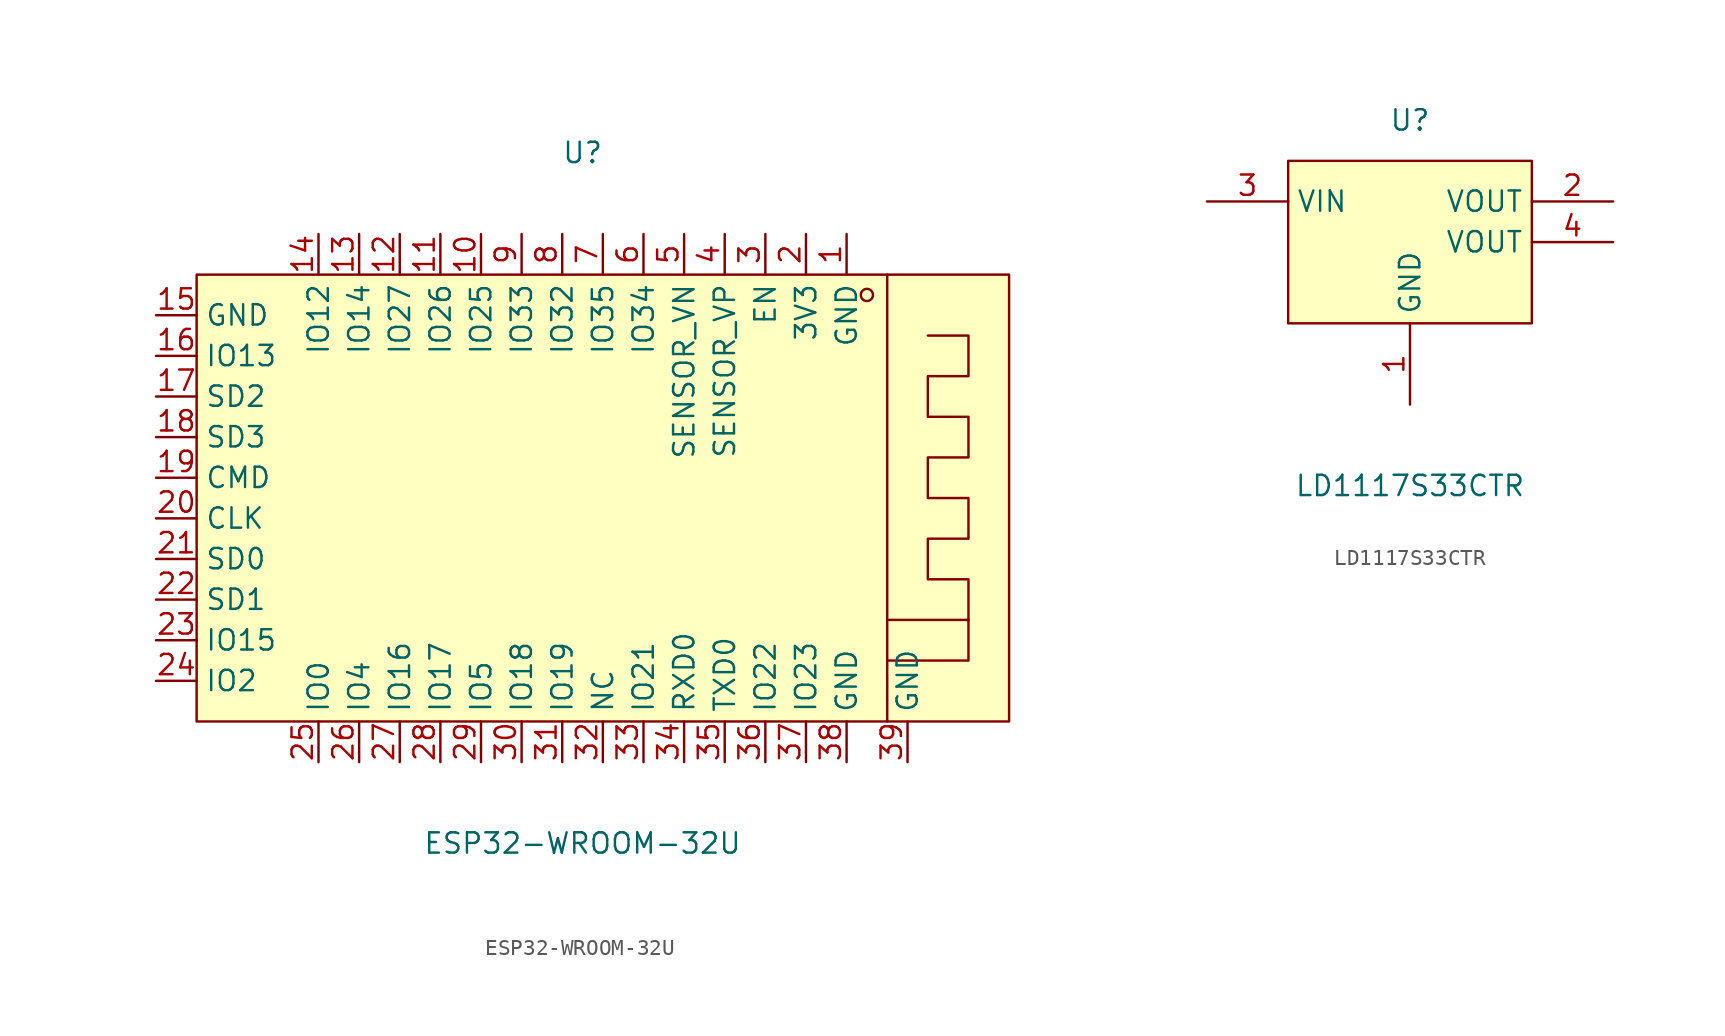
<source format=kicad_sym>
(kicad_symbol_lib
  (version 20241209)
  (generator "kicad_symbol_editor")
  (generator_version "9.0")
  (symbol "ESP32-WROOM-32U"
    (property "Reference" "U"
      (at 0 21.59 0)
      (effects (font (size 1.27 1.27))))
    (property "Value" "ESP32-WROOM-32U"
      (at 0 -21.59 0)
      (effects (font (size 1.27 1.27))))
    (symbol "ESP32-WROOM-32U_0_1"
      (rectangle (start -24.13 13.97) (end 26.67 -13.97) (stroke (width 0) (type default)) (fill (type background)))
      (circle (center 17.78 12.7) (radius 0.38) (stroke (width 0) (type default)) (fill (type none)))
      (polyline (pts (xy 19.05 13.97) (xy 19.05 -13.97)) (stroke (width 0) (type default)) (fill (type none)))
      (polyline (pts (xy 21.59 10.16) (xy 24.13 10.16) (xy 24.13 7.62) (xy 21.59 7.62) (xy 21.59 5.08) (xy 24.13 5.08) (xy 24.13 2.54) (xy 21.59 2.54) (xy 21.59 0) (xy 24.13 0) (xy 24.13 -2.54) (xy 21.59 -2.54) (xy 21.59 -5.08) (xy 24.13 -5.08) (xy 24.13 -10.16) (xy 19.05 -10.16)) (stroke (width 0) (type default)) (fill (type none)))
      (polyline (pts (xy 24.13 -7.62) (xy 19.05 -7.62)) (stroke (width 0) (type default)) (fill (type none)))
      (pin unspecified line (at -26.67 11.43 0) (length 2.54) (name "GND" (effects (font (size 1.27 1.27)))) (number "15" (effects (font (size 1.27 1.27)))))
      (pin unspecified line (at -26.67 8.89 0) (length 2.54) (name "IO13" (effects (font (size 1.27 1.27)))) (number "16" (effects (font (size 1.27 1.27)))))
      (pin unspecified line (at -26.67 6.35 0) (length 2.54) (name "SD2" (effects (font (size 1.27 1.27)))) (number "17" (effects (font (size 1.27 1.27)))))
      (pin unspecified line (at -26.67 3.81 0) (length 2.54) (name "SD3" (effects (font (size 1.27 1.27)))) (number "18" (effects (font (size 1.27 1.27)))))
      (pin unspecified line (at -26.67 1.27 0) (length 2.54) (name "CMD" (effects (font (size 1.27 1.27)))) (number "19" (effects (font (size 1.27 1.27)))))
      (pin unspecified line (at -26.67 -1.27 0) (length 2.54) (name "CLK" (effects (font (size 1.27 1.27)))) (number "20" (effects (font (size 1.27 1.27)))))
      (pin unspecified line (at -26.67 -3.81 0) (length 2.54) (name "SD0" (effects (font (size 1.27 1.27)))) (number "21" (effects (font (size 1.27 1.27)))))
      (pin unspecified line (at -26.67 -6.35 0) (length 2.54) (name "SD1" (effects (font (size 1.27 1.27)))) (number "22" (effects (font (size 1.27 1.27)))))
      (pin unspecified line (at -26.67 -8.89 0) (length 2.54) (name "IO15" (effects (font (size 1.27 1.27)))) (number "23" (effects (font (size 1.27 1.27)))))
      (pin unspecified line (at -26.67 -11.43 0) (length 2.54) (name "IO2" (effects (font (size 1.27 1.27)))) (number "24" (effects (font (size 1.27 1.27)))))
      (pin unspecified line (at -16.51 16.51 270) (length 2.54) (name "IO12" (effects (font (size 1.27 1.27)))) (number "14" (effects (font (size 1.27 1.27)))))
      (pin unspecified line (at -16.51 -16.51 90) (length 2.54) (name "IO0" (effects (font (size 1.27 1.27)))) (number "25" (effects (font (size 1.27 1.27)))))
      (pin unspecified line (at -13.97 16.51 270) (length 2.54) (name "IO14" (effects (font (size 1.27 1.27)))) (number "13" (effects (font (size 1.27 1.27)))))
      (pin unspecified line (at -13.97 -16.51 90) (length 2.54) (name "IO4" (effects (font (size 1.27 1.27)))) (number "26" (effects (font (size 1.27 1.27)))))
      (pin unspecified line (at -11.43 16.51 270) (length 2.54) (name "IO27" (effects (font (size 1.27 1.27)))) (number "12" (effects (font (size 1.27 1.27)))))
      (pin unspecified line (at -11.43 -16.51 90) (length 2.54) (name "IO16" (effects (font (size 1.27 1.27)))) (number "27" (effects (font (size 1.27 1.27)))))
      (pin unspecified line (at -8.89 16.51 270) (length 2.54) (name "IO26" (effects (font (size 1.27 1.27)))) (number "11" (effects (font (size 1.27 1.27)))))
      (pin unspecified line (at -8.89 -16.51 90) (length 2.54) (name "IO17" (effects (font (size 1.27 1.27)))) (number "28" (effects (font (size 1.27 1.27)))))
      (pin unspecified line (at -6.35 16.51 270) (length 2.54) (name "IO25" (effects (font (size 1.27 1.27)))) (number "10" (effects (font (size 1.27 1.27)))))
      (pin unspecified line (at -6.35 -16.51 90) (length 2.54) (name "IO5" (effects (font (size 1.27 1.27)))) (number "29" (effects (font (size 1.27 1.27)))))
      (pin unspecified line (at -3.81 16.51 270) (length 2.54) (name "IO33" (effects (font (size 1.27 1.27)))) (number "9" (effects (font (size 1.27 1.27)))))
      (pin unspecified line (at -3.81 -16.51 90) (length 2.54) (name "IO18" (effects (font (size 1.27 1.27)))) (number "30" (effects (font (size 1.27 1.27)))))
      (pin unspecified line (at -1.27 16.51 270) (length 2.54) (name "IO32" (effects (font (size 1.27 1.27)))) (number "8" (effects (font (size 1.27 1.27)))))
      (pin unspecified line (at -1.27 -16.51 90) (length 2.54) (name "IO19" (effects (font (size 1.27 1.27)))) (number "31" (effects (font (size 1.27 1.27)))))
      (pin unspecified line (at 1.27 16.51 270) (length 2.54) (name "IO35" (effects (font (size 1.27 1.27)))) (number "7" (effects (font (size 1.27 1.27)))))
      (pin unspecified line (at 1.27 -16.51 90) (length 2.54) (name "NC" (effects (font (size 1.27 1.27)))) (number "32" (effects (font (size 1.27 1.27)))))
      (pin unspecified line (at 3.81 16.51 270) (length 2.54) (name "IO34" (effects (font (size 1.27 1.27)))) (number "6" (effects (font (size 1.27 1.27)))))
      (pin unspecified line (at 3.81 -16.51 90) (length 2.54) (name "IO21" (effects (font (size 1.27 1.27)))) (number "33" (effects (font (size 1.27 1.27)))))
      (pin unspecified line (at 6.35 16.51 270) (length 2.54) (name "SENSOR_VN" (effects (font (size 1.27 1.27)))) (number "5" (effects (font (size 1.27 1.27)))))
      (pin unspecified line (at 6.35 -16.51 90) (length 2.54) (name "RXD0" (effects (font (size 1.27 1.27)))) (number "34" (effects (font (size 1.27 1.27)))))
      (pin unspecified line (at 8.89 16.51 270) (length 2.54) (name "SENSOR_VP" (effects (font (size 1.27 1.27)))) (number "4" (effects (font (size 1.27 1.27)))))
      (pin unspecified line (at 8.89 -16.51 90) (length 2.54) (name "TXD0" (effects (font (size 1.27 1.27)))) (number "35" (effects (font (size 1.27 1.27)))))
      (pin unspecified line (at 11.43 16.51 270) (length 2.54) (name "EN" (effects (font (size 1.27 1.27)))) (number "3" (effects (font (size 1.27 1.27)))))
      (pin unspecified line (at 11.43 -16.51 90) (length 2.54) (name "IO22" (effects (font (size 1.27 1.27)))) (number "36" (effects (font (size 1.27 1.27)))))
      (pin unspecified line (at 13.97 16.51 270) (length 2.54) (name "3V3" (effects (font (size 1.27 1.27)))) (number "2" (effects (font (size 1.27 1.27)))))
      (pin unspecified line (at 13.97 -16.51 90) (length 2.54) (name "IO23" (effects (font (size 1.27 1.27)))) (number "37" (effects (font (size 1.27 1.27)))))
      (pin unspecified line (at 16.51 16.51 270) (length 2.54) (name "GND" (effects (font (size 1.27 1.27)))) (number "1" (effects (font (size 1.27 1.27)))))
      (pin unspecified line (at 16.51 -16.51 90) (length 2.54) (name "GND" (effects (font (size 1.27 1.27)))) (number "38" (effects (font (size 1.27 1.27)))))
      (pin unspecified line (at 20.32 -16.51 90) (length 2.54) (name "GND" (effects (font (size 1.27 1.27)))) (number "39" (effects (font (size 1.27 1.27)))))))
  (symbol "LD1117S33CTR"
    (property "Reference" "U"
      (at 0 10.16 0)
      (effects (font (size 1.27 1.27))))
    (property "Value" "LD1117S33CTR"
      (at 0 -12.7 0)
      (effects (font (size 1.27 1.27))))
    (symbol "LD1117S33CTR_0_1"
      (rectangle (start -7.62 7.62) (end 7.62 -2.54) (stroke (width 0) (type default)) (fill (type background)))
      (pin power_in line (at -12.7 5.08 0) (length 5.08) (name "VIN" (effects (font (size 1.27 1.27)))) (number "3" (effects (font (size 1.27 1.27)))))
      (pin power_in line (at 0 -7.62 90) (length 5.08) (name "GND" (effects (font (size 1.27 1.27)))) (number "1" (effects (font (size 1.27 1.27)))))
      (pin power_in line (at 12.7 5.08 180) (length 5.08) (name "VOUT" (effects (font (size 1.27 1.27)))) (number "2" (effects (font (size 1.27 1.27)))))
      (pin power_in line (at 12.7 2.54 180) (length 5.08) (name "VOUT" (effects (font (size 1.27 1.27)))) (number "4" (effects (font (size 1.27 1.27))))))))
</source>
